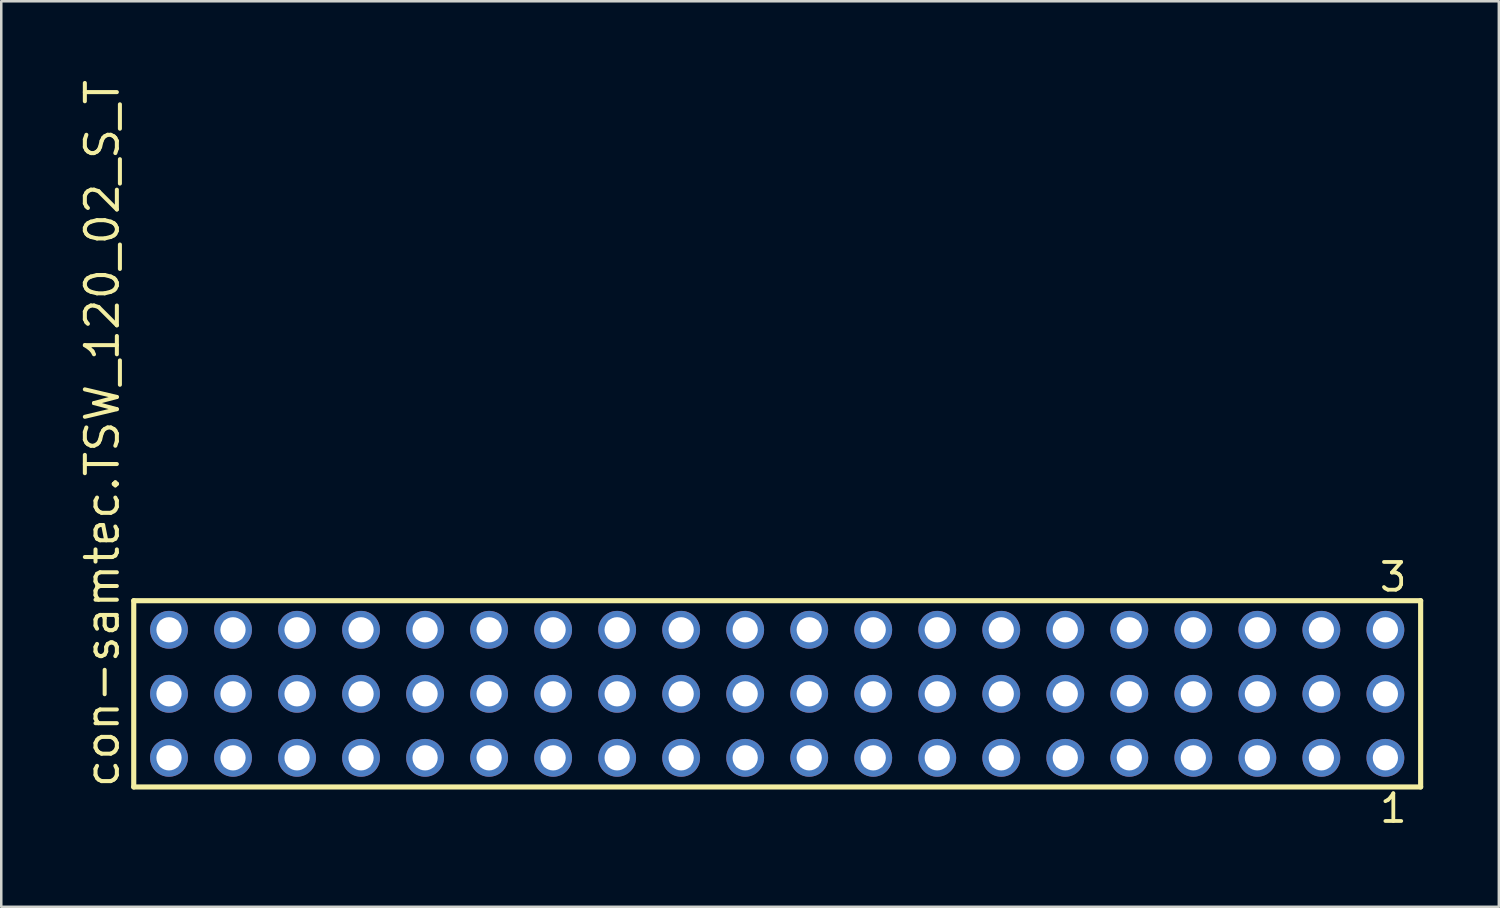
<source format=kicad_pcb>
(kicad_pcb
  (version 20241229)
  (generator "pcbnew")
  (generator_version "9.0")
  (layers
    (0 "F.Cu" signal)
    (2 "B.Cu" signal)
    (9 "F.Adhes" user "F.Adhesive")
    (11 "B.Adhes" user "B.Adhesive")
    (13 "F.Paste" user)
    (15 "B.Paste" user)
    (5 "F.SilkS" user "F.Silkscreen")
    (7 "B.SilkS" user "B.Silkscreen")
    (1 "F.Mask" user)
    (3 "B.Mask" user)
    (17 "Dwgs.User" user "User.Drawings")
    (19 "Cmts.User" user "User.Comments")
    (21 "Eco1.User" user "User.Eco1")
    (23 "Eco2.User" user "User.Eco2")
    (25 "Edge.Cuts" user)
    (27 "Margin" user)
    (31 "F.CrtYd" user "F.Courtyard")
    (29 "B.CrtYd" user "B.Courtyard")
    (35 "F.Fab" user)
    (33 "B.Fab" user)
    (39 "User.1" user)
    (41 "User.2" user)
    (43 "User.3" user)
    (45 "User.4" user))
  (footprint "con-samtec.TSW_120_02_S_T"
    (layer "F.Cu")
    (at 27.785 24.477)
    (property "Reference" "con-samtec.TSW_120_02_S_T" (at -26.035 3.81 90) (layer "F.SilkS") (effects (font (size 1.27 1.27) (thickness 0.16)) (justify left bottom)))
    (attr through_hole)
    (fp_line (start -25.529 -3.695) (end 25.529 -3.695) (stroke (width 0.203) (type default)) (layer "F.SilkS"))
    (fp_line (start -25.529 3.695) (end -25.529 -3.695) (stroke (width 0.203) (type default)) (layer "F.SilkS"))
    (fp_line (start 25.529 -3.695) (end 25.529 3.695) (stroke (width 0.203) (type default)) (layer "F.SilkS"))
    (fp_line (start 25.529 3.695) (end -25.529 3.695) (stroke (width 0.203) (type default)) (layer "F.SilkS"))
    (fp_rect (start -24.48 -2.19) (end -23.78 -2.89) (stroke (width 0.05) (type default)) (fill no) (layer "F.Fab"))
    (fp_rect (start -24.48 0.35) (end -23.78 -0.35) (stroke (width 0.05) (type default)) (fill no) (layer "F.Fab"))
    (fp_rect (start -24.48 2.89) (end -23.78 2.19) (stroke (width 0.05) (type default)) (fill no) (layer "F.Fab"))
    (fp_rect (start -21.94 -2.19) (end -21.24 -2.89) (stroke (width 0.05) (type default)) (fill no) (layer "F.Fab"))
    (fp_rect (start -21.94 0.35) (end -21.24 -0.35) (stroke (width 0.05) (type default)) (fill no) (layer "F.Fab"))
    (fp_rect (start -21.94 2.89) (end -21.24 2.19) (stroke (width 0.05) (type default)) (fill no) (layer "F.Fab"))
    (fp_rect (start -19.4 -2.19) (end -18.7 -2.89) (stroke (width 0.05) (type default)) (fill no) (layer "F.Fab"))
    (fp_rect (start -19.4 0.35) (end -18.7 -0.35) (stroke (width 0.05) (type default)) (fill no) (layer "F.Fab"))
    (fp_rect (start -19.4 2.89) (end -18.7 2.19) (stroke (width 0.05) (type default)) (fill no) (layer "F.Fab"))
    (fp_rect (start -16.86 -2.19) (end -16.16 -2.89) (stroke (width 0.05) (type default)) (fill no) (layer "F.Fab"))
    (fp_rect (start -16.86 0.35) (end -16.16 -0.35) (stroke (width 0.05) (type default)) (fill no) (layer "F.Fab"))
    (fp_rect (start -16.86 2.89) (end -16.16 2.19) (stroke (width 0.05) (type default)) (fill no) (layer "F.Fab"))
    (fp_rect (start -14.32 -2.19) (end -13.62 -2.89) (stroke (width 0.05) (type default)) (fill no) (layer "F.Fab"))
    (fp_rect (start -14.32 0.35) (end -13.62 -0.35) (stroke (width 0.05) (type default)) (fill no) (layer "F.Fab"))
    (fp_rect (start -14.32 2.89) (end -13.62 2.19) (stroke (width 0.05) (type default)) (fill no) (layer "F.Fab"))
    (fp_rect (start -11.78 -2.19) (end -11.08 -2.89) (stroke (width 0.05) (type default)) (fill no) (layer "F.Fab"))
    (fp_rect (start -11.78 0.35) (end -11.08 -0.35) (stroke (width 0.05) (type default)) (fill no) (layer "F.Fab"))
    (fp_rect (start -11.78 2.89) (end -11.08 2.19) (stroke (width 0.05) (type default)) (fill no) (layer "F.Fab"))
    (fp_rect (start -9.24 -2.19) (end -8.54 -2.89) (stroke (width 0.05) (type default)) (fill no) (layer "F.Fab"))
    (fp_rect (start -9.24 0.35) (end -8.54 -0.35) (stroke (width 0.05) (type default)) (fill no) (layer "F.Fab"))
    (fp_rect (start -9.24 2.89) (end -8.54 2.19) (stroke (width 0.05) (type default)) (fill no) (layer "F.Fab"))
    (fp_rect (start -6.7 -2.19) (end -6 -2.89) (stroke (width 0.05) (type default)) (fill no) (layer "F.Fab"))
    (fp_rect (start -6.7 0.35) (end -6 -0.35) (stroke (width 0.05) (type default)) (fill no) (layer "F.Fab"))
    (fp_rect (start -6.7 2.89) (end -6 2.19) (stroke (width 0.05) (type default)) (fill no) (layer "F.Fab"))
    (fp_rect (start -4.16 -2.19) (end -3.46 -2.89) (stroke (width 0.05) (type default)) (fill no) (layer "F.Fab"))
    (fp_rect (start -4.16 0.35) (end -3.46 -0.35) (stroke (width 0.05) (type default)) (fill no) (layer "F.Fab"))
    (fp_rect (start -4.16 2.89) (end -3.46 2.19) (stroke (width 0.05) (type default)) (fill no) (layer "F.Fab"))
    (fp_rect (start -1.62 -2.19) (end -0.92 -2.89) (stroke (width 0.05) (type default)) (fill no) (layer "F.Fab"))
    (fp_rect (start -1.62 0.35) (end -0.92 -0.35) (stroke (width 0.05) (type default)) (fill no) (layer "F.Fab"))
    (fp_rect (start -1.62 2.89) (end -0.92 2.19) (stroke (width 0.05) (type default)) (fill no) (layer "F.Fab"))
    (fp_rect (start 0.92 -2.19) (end 1.62 -2.89) (stroke (width 0.05) (type default)) (fill no) (layer "F.Fab"))
    (fp_rect (start 0.92 0.35) (end 1.62 -0.35) (stroke (width 0.05) (type default)) (fill no) (layer "F.Fab"))
    (fp_rect (start 0.92 2.89) (end 1.62 2.19) (stroke (width 0.05) (type default)) (fill no) (layer "F.Fab"))
    (fp_rect (start 3.46 -2.19) (end 4.16 -2.89) (stroke (width 0.05) (type default)) (fill no) (layer "F.Fab"))
    (fp_rect (start 3.46 0.35) (end 4.16 -0.35) (stroke (width 0.05) (type default)) (fill no) (layer "F.Fab"))
    (fp_rect (start 3.46 2.89) (end 4.16 2.19) (stroke (width 0.05) (type default)) (fill no) (layer "F.Fab"))
    (fp_rect (start 6 -2.19) (end 6.7 -2.89) (stroke (width 0.05) (type default)) (fill no) (layer "F.Fab"))
    (fp_rect (start 6 0.35) (end 6.7 -0.35) (stroke (width 0.05) (type default)) (fill no) (layer "F.Fab"))
    (fp_rect (start 6 2.89) (end 6.7 2.19) (stroke (width 0.05) (type default)) (fill no) (layer "F.Fab"))
    (fp_rect (start 8.54 -2.19) (end 9.24 -2.89) (stroke (width 0.05) (type default)) (fill no) (layer "F.Fab"))
    (fp_rect (start 8.54 0.35) (end 9.24 -0.35) (stroke (width 0.05) (type default)) (fill no) (layer "F.Fab"))
    (fp_rect (start 8.54 2.89) (end 9.24 2.19) (stroke (width 0.05) (type default)) (fill no) (layer "F.Fab"))
    (fp_rect (start 11.08 -2.19) (end 11.78 -2.89) (stroke (width 0.05) (type default)) (fill no) (layer "F.Fab"))
    (fp_rect (start 11.08 0.35) (end 11.78 -0.35) (stroke (width 0.05) (type default)) (fill no) (layer "F.Fab"))
    (fp_rect (start 11.08 2.89) (end 11.78 2.19) (stroke (width 0.05) (type default)) (fill no) (layer "F.Fab"))
    (fp_rect (start 13.62 -2.19) (end 14.32 -2.89) (stroke (width 0.05) (type default)) (fill no) (layer "F.Fab"))
    (fp_rect (start 13.62 0.35) (end 14.32 -0.35) (stroke (width 0.05) (type default)) (fill no) (layer "F.Fab"))
    (fp_rect (start 13.62 2.89) (end 14.32 2.19) (stroke (width 0.05) (type default)) (fill no) (layer "F.Fab"))
    (fp_rect (start 16.16 -2.19) (end 16.86 -2.89) (stroke (width 0.05) (type default)) (fill no) (layer "F.Fab"))
    (fp_rect (start 16.16 0.35) (end 16.86 -0.35) (stroke (width 0.05) (type default)) (fill no) (layer "F.Fab"))
    (fp_rect (start 16.16 2.89) (end 16.86 2.19) (stroke (width 0.05) (type default)) (fill no) (layer "F.Fab"))
    (fp_rect (start 18.7 -2.19) (end 19.4 -2.89) (stroke (width 0.05) (type default)) (fill no) (layer "F.Fab"))
    (fp_rect (start 18.7 0.35) (end 19.4 -0.35) (stroke (width 0.05) (type default)) (fill no) (layer "F.Fab"))
    (fp_rect (start 18.7 2.89) (end 19.4 2.19) (stroke (width 0.05) (type default)) (fill no) (layer "F.Fab"))
    (fp_rect (start 21.24 -2.19) (end 21.94 -2.89) (stroke (width 0.05) (type default)) (fill no) (layer "F.Fab"))
    (fp_rect (start 21.24 0.35) (end 21.94 -0.35) (stroke (width 0.05) (type default)) (fill no) (layer "F.Fab"))
    (fp_rect (start 21.24 2.89) (end 21.94 2.19) (stroke (width 0.05) (type default)) (fill no) (layer "F.Fab"))
    (fp_rect (start 23.78 -2.19) (end 24.48 -2.89) (stroke (width 0.05) (type default)) (fill no) (layer "F.Fab"))
    (fp_rect (start 23.78 0.35) (end 24.48 -0.35) (stroke (width 0.05) (type default)) (fill no) (layer "F.Fab"))
    (fp_rect (start 23.78 2.89) (end 24.48 2.19) (stroke (width 0.05) (type default)) (fill no) (layer "F.Fab"))
    (fp_text user "3" (at 23.818 -3.989 0) (layer "F.SilkS") (effects (font (size 1.1 1.1) (thickness 0.15)) (justify left bottom)))
    (fp_text user "1" (at 23.822 5.188 0) (layer "F.SilkS") (effects (font (size 1.1 1.1) (thickness 0.15)) (justify left bottom)))
    (pad "1" thru_hole circle (at 24.13 2.54 180) (size 1.5 1.5) (drill 1) (layers "*.Cu" "*.Mask"))
    (pad "2" thru_hole circle (at 24.13 0 180) (size 1.5 1.5) (drill 1) (layers "*.Cu" "*.Mask"))
    (pad "3" thru_hole circle (at 24.13 -2.54 180) (size 1.5 1.5) (drill 1) (layers "*.Cu" "*.Mask"))
    (pad "4" thru_hole circle (at 21.59 2.54 180) (size 1.5 1.5) (drill 1) (layers "*.Cu" "*.Mask"))
    (pad "5" thru_hole circle (at 21.59 0 180) (size 1.5 1.5) (drill 1) (layers "*.Cu" "*.Mask"))
    (pad "6" thru_hole circle (at 21.59 -2.54 180) (size 1.5 1.5) (drill 1) (layers "*.Cu" "*.Mask"))
    (pad "7" thru_hole circle (at 19.05 2.54 180) (size 1.5 1.5) (drill 1) (layers "*.Cu" "*.Mask"))
    (pad "8" thru_hole circle (at 19.05 0 180) (size 1.5 1.5) (drill 1) (layers "*.Cu" "*.Mask"))
    (pad "9" thru_hole circle (at 19.05 -2.54 180) (size 1.5 1.5) (drill 1) (layers "*.Cu" "*.Mask"))
    (pad "10" thru_hole circle (at 16.51 2.54 180) (size 1.5 1.5) (drill 1) (layers "*.Cu" "*.Mask"))
    (pad "11" thru_hole circle (at 16.51 0 180) (size 1.5 1.5) (drill 1) (layers "*.Cu" "*.Mask"))
    (pad "12" thru_hole circle (at 16.51 -2.54 180) (size 1.5 1.5) (drill 1) (layers "*.Cu" "*.Mask"))
    (pad "13" thru_hole circle (at 13.97 2.54 180) (size 1.5 1.5) (drill 1) (layers "*.Cu" "*.Mask"))
    (pad "14" thru_hole circle (at 13.97 0 180) (size 1.5 1.5) (drill 1) (layers "*.Cu" "*.Mask"))
    (pad "15" thru_hole circle (at 13.97 -2.54 180) (size 1.5 1.5) (drill 1) (layers "*.Cu" "*.Mask"))
    (pad "16" thru_hole circle (at 11.43 2.54 180) (size 1.5 1.5) (drill 1) (layers "*.Cu" "*.Mask"))
    (pad "17" thru_hole circle (at 11.43 0 180) (size 1.5 1.5) (drill 1) (layers "*.Cu" "*.Mask"))
    (pad "18" thru_hole circle (at 11.43 -2.54 180) (size 1.5 1.5) (drill 1) (layers "*.Cu" "*.Mask"))
    (pad "19" thru_hole circle (at 8.89 2.54 180) (size 1.5 1.5) (drill 1) (layers "*.Cu" "*.Mask"))
    (pad "20" thru_hole circle (at 8.89 0 180) (size 1.5 1.5) (drill 1) (layers "*.Cu" "*.Mask"))
    (pad "21" thru_hole circle (at 8.89 -2.54 180) (size 1.5 1.5) (drill 1) (layers "*.Cu" "*.Mask"))
    (pad "22" thru_hole circle (at 6.35 2.54 180) (size 1.5 1.5) (drill 1) (layers "*.Cu" "*.Mask"))
    (pad "23" thru_hole circle (at 6.35 0 180) (size 1.5 1.5) (drill 1) (layers "*.Cu" "*.Mask"))
    (pad "24" thru_hole circle (at 6.35 -2.54 180) (size 1.5 1.5) (drill 1) (layers "*.Cu" "*.Mask"))
    (pad "25" thru_hole circle (at 3.81 2.54 180) (size 1.5 1.5) (drill 1) (layers "*.Cu" "*.Mask"))
    (pad "26" thru_hole circle (at 3.81 0 180) (size 1.5 1.5) (drill 1) (layers "*.Cu" "*.Mask"))
    (pad "27" thru_hole circle (at 3.81 -2.54 180) (size 1.5 1.5) (drill 1) (layers "*.Cu" "*.Mask"))
    (pad "28" thru_hole circle (at 1.27 2.54 180) (size 1.5 1.5) (drill 1) (layers "*.Cu" "*.Mask"))
    (pad "29" thru_hole circle (at 1.27 0 180) (size 1.5 1.5) (drill 1) (layers "*.Cu" "*.Mask"))
    (pad "30" thru_hole circle (at 1.27 -2.54 180) (size 1.5 1.5) (drill 1) (layers "*.Cu" "*.Mask"))
    (pad "31" thru_hole circle (at -1.27 2.54 180) (size 1.5 1.5) (drill 1) (layers "*.Cu" "*.Mask"))
    (pad "32" thru_hole circle (at -1.27 0 180) (size 1.5 1.5) (drill 1) (layers "*.Cu" "*.Mask"))
    (pad "33" thru_hole circle (at -1.27 -2.54 180) (size 1.5 1.5) (drill 1) (layers "*.Cu" "*.Mask"))
    (pad "34" thru_hole circle (at -3.81 2.54 180) (size 1.5 1.5) (drill 1) (layers "*.Cu" "*.Mask"))
    (pad "35" thru_hole circle (at -3.81 0 180) (size 1.5 1.5) (drill 1) (layers "*.Cu" "*.Mask"))
    (pad "36" thru_hole circle (at -3.81 -2.54 180) (size 1.5 1.5) (drill 1) (layers "*.Cu" "*.Mask"))
    (pad "37" thru_hole circle (at -6.35 2.54 180) (size 1.5 1.5) (drill 1) (layers "*.Cu" "*.Mask"))
    (pad "38" thru_hole circle (at -6.35 0 180) (size 1.5 1.5) (drill 1) (layers "*.Cu" "*.Mask"))
    (pad "39" thru_hole circle (at -6.35 -2.54 180) (size 1.5 1.5) (drill 1) (layers "*.Cu" "*.Mask"))
    (pad "40" thru_hole circle (at -8.89 2.54 180) (size 1.5 1.5) (drill 1) (layers "*.Cu" "*.Mask"))
    (pad "41" thru_hole circle (at -8.89 0 180) (size 1.5 1.5) (drill 1) (layers "*.Cu" "*.Mask"))
    (pad "42" thru_hole circle (at -8.89 -2.54 180) (size 1.5 1.5) (drill 1) (layers "*.Cu" "*.Mask"))
    (pad "43" thru_hole circle (at -11.43 2.54 180) (size 1.5 1.5) (drill 1) (layers "*.Cu" "*.Mask"))
    (pad "44" thru_hole circle (at -11.43 0 180) (size 1.5 1.5) (drill 1) (layers "*.Cu" "*.Mask"))
    (pad "45" thru_hole circle (at -11.43 -2.54 180) (size 1.5 1.5) (drill 1) (layers "*.Cu" "*.Mask"))
    (pad "46" thru_hole circle (at -13.97 2.54 180) (size 1.5 1.5) (drill 1) (layers "*.Cu" "*.Mask"))
    (pad "47" thru_hole circle (at -13.97 0 180) (size 1.5 1.5) (drill 1) (layers "*.Cu" "*.Mask"))
    (pad "48" thru_hole circle (at -13.97 -2.54 180) (size 1.5 1.5) (drill 1) (layers "*.Cu" "*.Mask"))
    (pad "49" thru_hole circle (at -16.51 2.54 180) (size 1.5 1.5) (drill 1) (layers "*.Cu" "*.Mask"))
    (pad "50" thru_hole circle (at -16.51 0 180) (size 1.5 1.5) (drill 1) (layers "*.Cu" "*.Mask"))
    (pad "51" thru_hole circle (at -16.51 -2.54 180) (size 1.5 1.5) (drill 1) (layers "*.Cu" "*.Mask"))
    (pad "52" thru_hole circle (at -19.05 2.54 180) (size 1.5 1.5) (drill 1) (layers "*.Cu" "*.Mask"))
    (pad "53" thru_hole circle (at -19.05 0 180) (size 1.5 1.5) (drill 1) (layers "*.Cu" "*.Mask"))
    (pad "54" thru_hole circle (at -19.05 -2.54 180) (size 1.5 1.5) (drill 1) (layers "*.Cu" "*.Mask"))
    (pad "55" thru_hole circle (at -21.59 2.54 180) (size 1.5 1.5) (drill 1) (layers "*.Cu" "*.Mask"))
    (pad "56" thru_hole circle (at -21.59 0 180) (size 1.5 1.5) (drill 1) (layers "*.Cu" "*.Mask"))
    (pad "57" thru_hole circle (at -21.59 -2.54 180) (size 1.5 1.5) (drill 1) (layers "*.Cu" "*.Mask"))
    (pad "58" thru_hole circle (at -24.13 2.54 180) (size 1.5 1.5) (drill 1) (layers "*.Cu" "*.Mask"))
    (pad "59" thru_hole circle (at -24.13 0 180) (size 1.5 1.5) (drill 1) (layers "*.Cu" "*.Mask"))
    (pad "60" thru_hole circle (at -24.13 -2.54 180) (size 1.5 1.5) (drill 1) (layers "*.Cu" "*.Mask")))
  (gr_rect
    (start -3 -3)
    (end 56.416 32.928)
    (stroke (width 0.1) (type default))
    (fill no)
    (layer "Edge.Cuts")))
</source>
